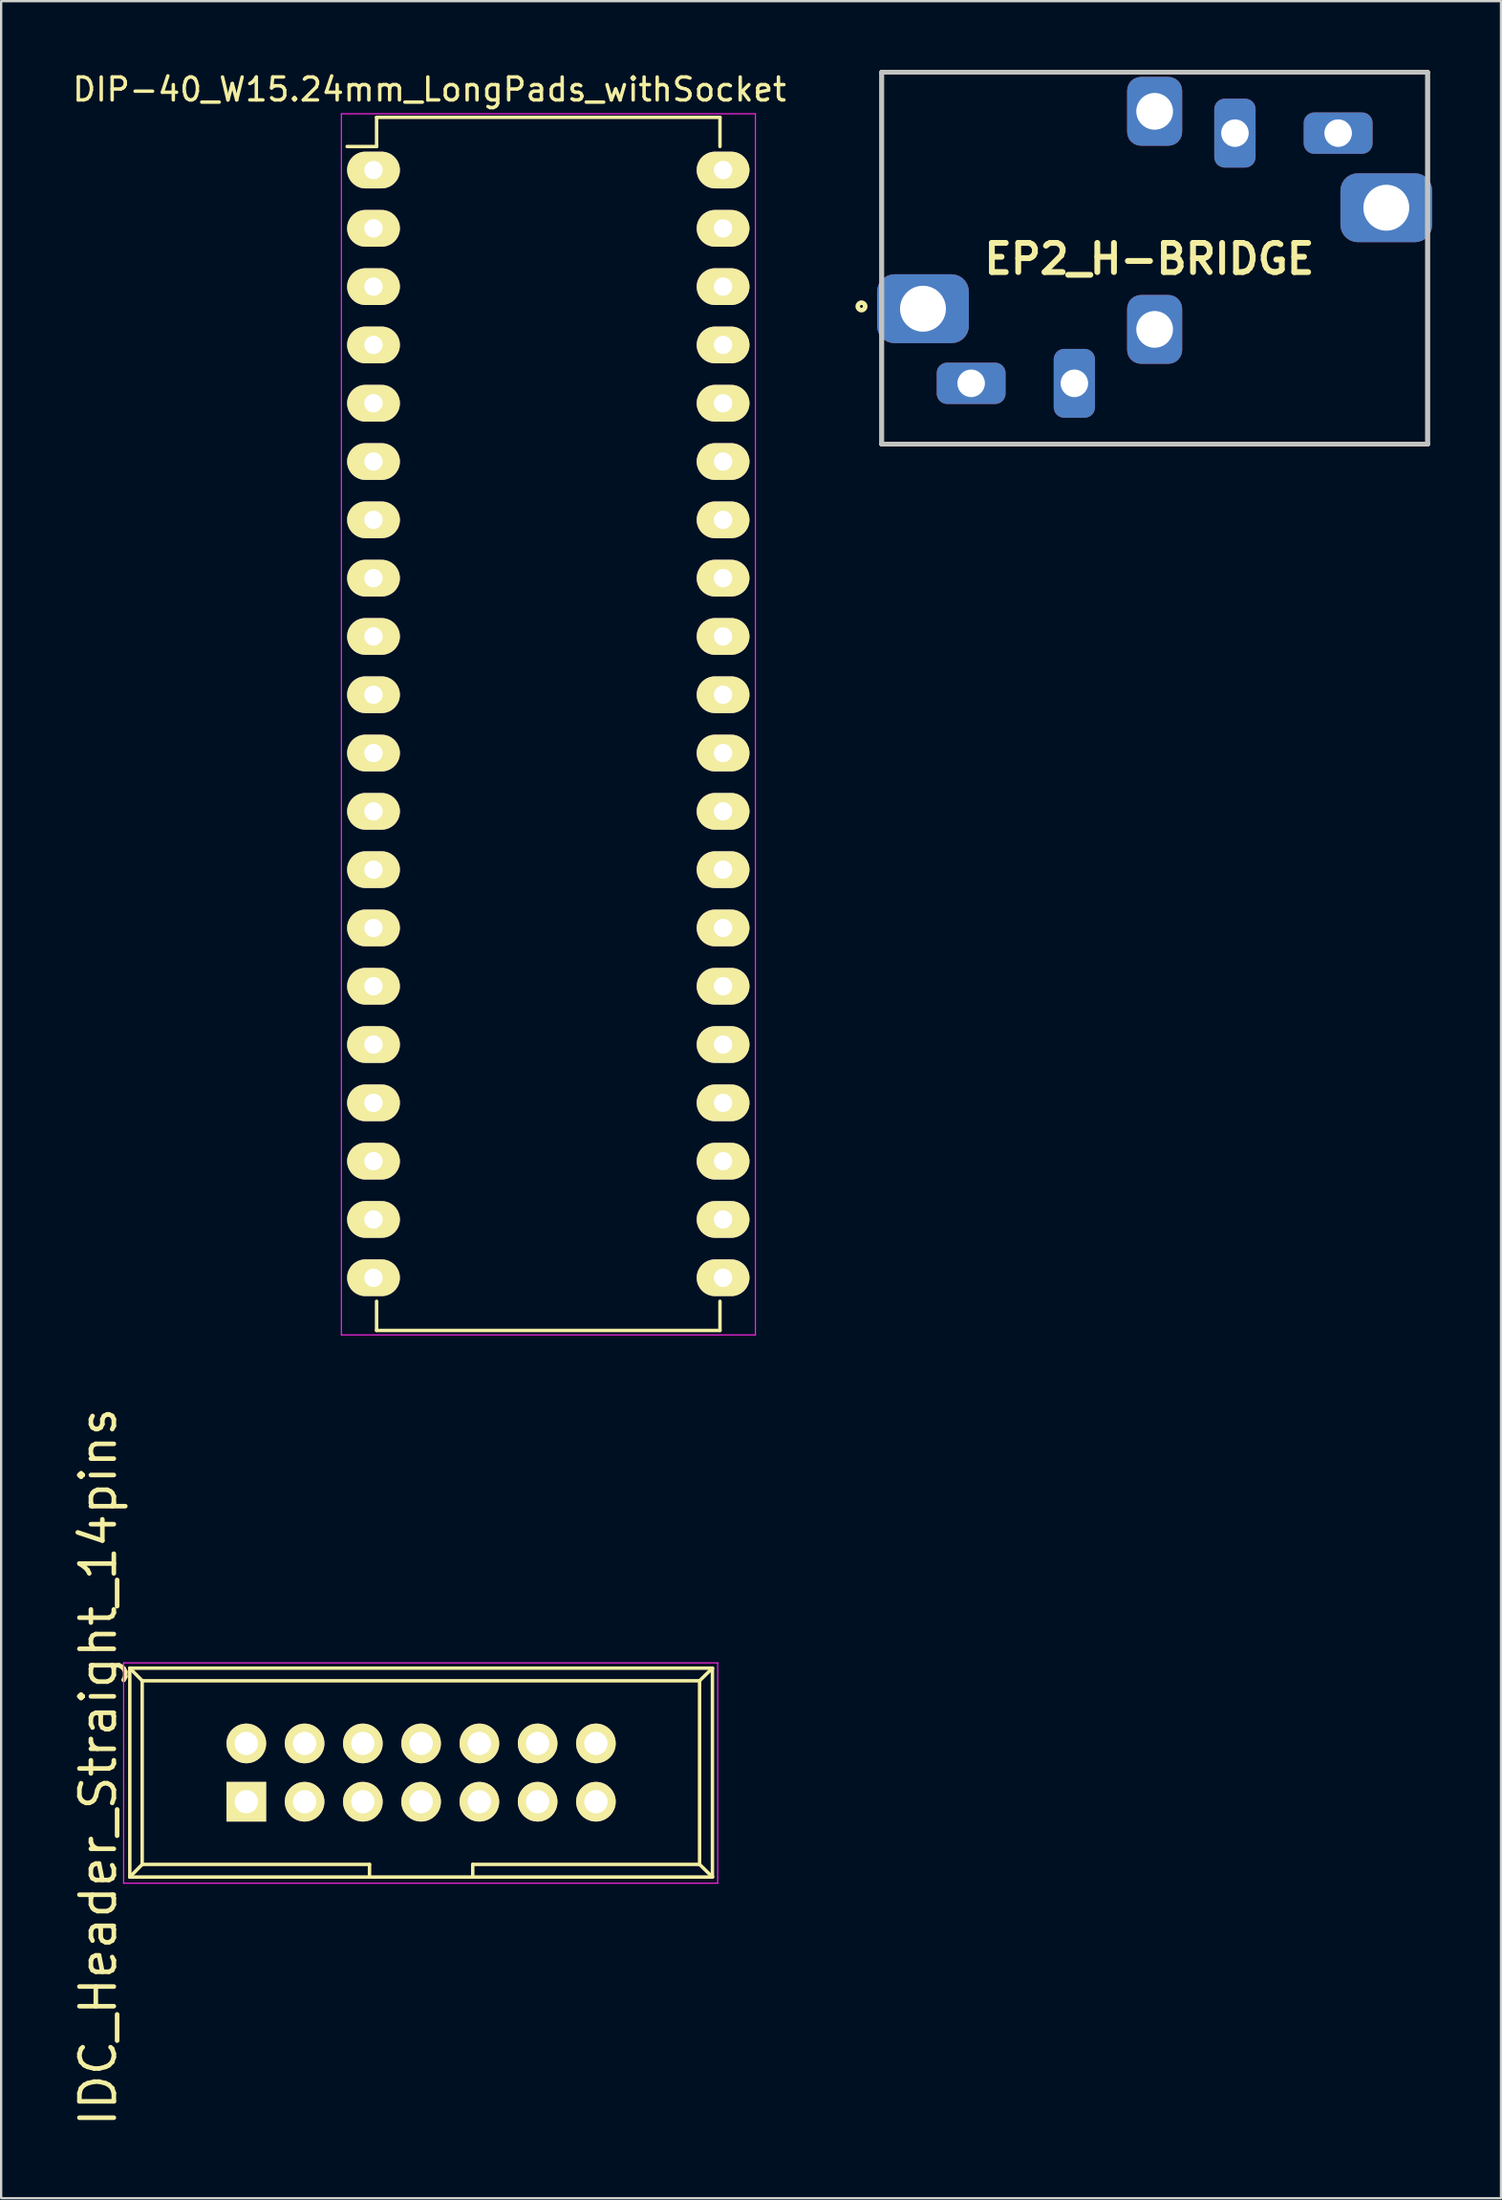
<source format=kicad_pcb>
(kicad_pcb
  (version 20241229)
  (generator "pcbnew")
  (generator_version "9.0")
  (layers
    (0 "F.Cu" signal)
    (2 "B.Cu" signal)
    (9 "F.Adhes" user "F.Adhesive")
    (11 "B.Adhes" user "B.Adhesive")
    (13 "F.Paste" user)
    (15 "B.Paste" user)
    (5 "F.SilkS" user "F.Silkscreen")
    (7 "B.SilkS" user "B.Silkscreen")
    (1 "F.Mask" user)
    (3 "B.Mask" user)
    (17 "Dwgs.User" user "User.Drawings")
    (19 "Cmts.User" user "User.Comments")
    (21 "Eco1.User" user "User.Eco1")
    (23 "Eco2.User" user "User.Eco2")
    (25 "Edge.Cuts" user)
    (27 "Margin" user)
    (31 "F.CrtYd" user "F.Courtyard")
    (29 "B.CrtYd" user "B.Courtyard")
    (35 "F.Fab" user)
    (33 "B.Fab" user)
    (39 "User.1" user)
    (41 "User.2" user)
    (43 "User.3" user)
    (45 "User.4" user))
  (footprint "EP2_H-BRIDGE"
    (layer "F.Cu")
    (at 47.288 8.2)
    (property "Reference" "EP2_H-BRIDGE" (at -0.232 0.028 0) (layer "F.SilkS") (effects (font (size 1.27 1.27) (thickness 0.254))))
    (attr through_hole)
    (fp_line (start -11.9 -8.1) (end 11.9 -8.1) (stroke (width 0.2) (type solid)) (layer "F.SilkS"))
    (fp_line (start -11.9 8.1) (end -11.9 -8.1) (stroke (width 0.2) (type solid)) (layer "F.SilkS"))
    (fp_line (start 11.9 -8.1) (end 11.9 8.1) (stroke (width 0.2) (type solid)) (layer "F.SilkS"))
    (fp_line (start 11.9 8.1) (end -11.9 8.1) (stroke (width 0.2) (type solid)) (layer "F.SilkS"))
    (fp_circle (center -12.781 2.099) (end -12.781 2.161) (stroke (width 0.2) (type solid)) (fill no) (layer "F.SilkS"))
    (fp_line (start -11.9 -8.1) (end 11.9 -8.1) (stroke (width 0.2) (type solid)) (layer "Dwgs.User"))
    (fp_line (start -11.9 8.1) (end -11.9 -8.1) (stroke (width 0.2) (type solid)) (layer "Dwgs.User"))
    (fp_line (start 11.9 -8.1) (end 11.9 8.1) (stroke (width 0.2) (type solid)) (layer "Dwgs.User"))
    (fp_line (start 11.9 8.1) (end -11.9 8.1) (stroke (width 0.2) (type solid)) (layer "Dwgs.User"))
    (pad "1" thru_hole roundrect (at -10.1 2.2) (size 4 3) (drill 2) (layers "*.Cu" "*.Mask") (roundrect_rratio 0.25))
    (pad "2" thru_hole roundrect (at -8 5.45) (size 3 1.8) (drill 1.2) (layers "*.Cu" "*.Mask") (roundrect_rratio 0.25))
    (pad "3" thru_hole roundrect (at -3.5 5.45) (size 1.8 3) (drill 1.2) (layers "*.Cu" "*.Mask") (roundrect_rratio 0.25))
    (pad "4" thru_hole roundrect (at 0 3.1) (size 2.4 3) (drill 1.6) (layers "*.Cu" "*.Mask") (roundrect_rratio 0.25))
    (pad "5" thru_hole roundrect (at 0 -6.4) (size 2.4 3) (drill 1.6) (layers "*.Cu" "*.Mask") (roundrect_rratio 0.25))
    (pad "6" thru_hole roundrect (at 3.5 -5.45) (size 1.8 3) (drill 1.2) (layers "*.Cu" "*.Mask") (roundrect_rratio 0.25))
    (pad "7" thru_hole roundrect (at 8 -5.45) (size 3 1.8) (drill 1.2) (layers "*.Cu" "*.Mask") (roundrect_rratio 0.25))
    (pad "8" thru_hole roundrect (at 10.1 -2.2) (size 4 3) (drill 2) (layers "*.Cu" "*.Mask") (roundrect_rratio 0.25)))
  (footprint "DIP-40_W15.24mm_LongPads_withSocket"
    (layer "F.Cu")
    (at 13.233 4.358)
    (property "Reference" "DIP-40_W15.24mm_LongPads_withSocket" (at 2.44 -3.51 0) (layer "F.SilkS") (effects (font (size 1 1) (thickness 0.15))))
    (attr through_hole)
    (fp_line (start 0.135 -2.295) (end 0.135 -1.025) (stroke (width 0.15) (type solid)) (layer "F.SilkS"))
    (fp_line (start 0.135 -2.295) (end 15.105 -2.295) (stroke (width 0.15) (type solid)) (layer "F.SilkS"))
    (fp_line (start 0.135 -1.025) (end -1.15 -1.025) (stroke (width 0.15) (type solid)) (layer "F.SilkS"))
    (fp_line (start 0.135 50.555) (end 0.135 49.285) (stroke (width 0.15) (type solid)) (layer "F.SilkS"))
    (fp_line (start 0.135 50.555) (end 15.105 50.555) (stroke (width 0.15) (type solid)) (layer "F.SilkS"))
    (fp_line (start 15.105 -2.295) (end 15.105 -1.025) (stroke (width 0.15) (type solid)) (layer "F.SilkS"))
    (fp_line (start 15.105 50.555) (end 15.105 49.285) (stroke (width 0.15) (type solid)) (layer "F.SilkS"))
    (fp_line (start -1.4 -2.45) (end -1.4 50.75) (stroke (width 0.05) (type solid)) (layer "F.CrtYd"))
    (fp_line (start -1.4 -2.45) (end 16.65 -2.45) (stroke (width 0.05) (type solid)) (layer "F.CrtYd"))
    (fp_line (start -1.4 50.75) (end 16.65 50.75) (stroke (width 0.05) (type solid)) (layer "F.CrtYd"))
    (fp_line (start 16.65 -2.45) (end 16.65 50.75) (stroke (width 0.05) (type solid)) (layer "F.CrtYd"))
    (pad "1" thru_hole oval (at 0 0) (size 2.3 1.6) (drill 0.8) (layers "*.Cu" "*.Mask" "F.SilkS"))
    (pad "2" thru_hole oval (at 0 2.54) (size 2.3 1.6) (drill 0.8) (layers "*.Cu" "*.Mask" "F.SilkS"))
    (pad "3" thru_hole oval (at 0 5.08) (size 2.3 1.6) (drill 0.8) (layers "*.Cu" "*.Mask" "F.SilkS"))
    (pad "4" thru_hole oval (at 0 7.62) (size 2.3 1.6) (drill 0.8) (layers "*.Cu" "*.Mask" "F.SilkS"))
    (pad "5" thru_hole oval (at 0 10.16) (size 2.3 1.6) (drill 0.8) (layers "*.Cu" "*.Mask" "F.SilkS"))
    (pad "6" thru_hole oval (at 0 12.7) (size 2.3 1.6) (drill 0.8) (layers "*.Cu" "*.Mask" "F.SilkS"))
    (pad "7" thru_hole oval (at 0 15.24) (size 2.3 1.6) (drill 0.8) (layers "*.Cu" "*.Mask" "F.SilkS"))
    (pad "8" thru_hole oval (at 0 17.78) (size 2.3 1.6) (drill 0.8) (layers "*.Cu" "*.Mask" "F.SilkS"))
    (pad "9" thru_hole oval (at 0 20.32) (size 2.3 1.6) (drill 0.8) (layers "*.Cu" "*.Mask" "F.SilkS"))
    (pad "10" thru_hole oval (at 0 22.86) (size 2.3 1.6) (drill 0.8) (layers "*.Cu" "*.Mask" "F.SilkS"))
    (pad "11" thru_hole oval (at 0 25.4) (size 2.3 1.6) (drill 0.8) (layers "*.Cu" "*.Mask" "F.SilkS"))
    (pad "12" thru_hole oval (at 0 27.94) (size 2.3 1.6) (drill 0.8) (layers "*.Cu" "*.Mask" "F.SilkS"))
    (pad "13" thru_hole oval (at 0 30.48) (size 2.3 1.6) (drill 0.8) (layers "*.Cu" "*.Mask" "F.SilkS"))
    (pad "14" thru_hole oval (at 0 33.02) (size 2.3 1.6) (drill 0.8) (layers "*.Cu" "*.Mask" "F.SilkS"))
    (pad "15" thru_hole oval (at 0 35.56) (size 2.3 1.6) (drill 0.8) (layers "*.Cu" "*.Mask" "F.SilkS"))
    (pad "16" thru_hole oval (at 0 38.1) (size 2.3 1.6) (drill 0.8) (layers "*.Cu" "*.Mask" "F.SilkS"))
    (pad "17" thru_hole oval (at 0 40.64) (size 2.3 1.6) (drill 0.8) (layers "*.Cu" "*.Mask" "F.SilkS"))
    (pad "18" thru_hole oval (at 0 43.18) (size 2.3 1.6) (drill 0.8) (layers "*.Cu" "*.Mask" "F.SilkS"))
    (pad "19" thru_hole oval (at 0 45.72) (size 2.3 1.6) (drill 0.8) (layers "*.Cu" "*.Mask" "F.SilkS"))
    (pad "20" thru_hole oval (at 0 48.26) (size 2.3 1.6) (drill 0.8) (layers "*.Cu" "*.Mask" "F.SilkS"))
    (pad "21" thru_hole oval (at 15.24 48.26) (size 2.3 1.6) (drill 0.8) (layers "*.Cu" "*.Mask" "F.SilkS"))
    (pad "22" thru_hole oval (at 15.24 45.72) (size 2.3 1.6) (drill 0.8) (layers "*.Cu" "*.Mask" "F.SilkS"))
    (pad "23" thru_hole oval (at 15.24 43.18) (size 2.3 1.6) (drill 0.8) (layers "*.Cu" "*.Mask" "F.SilkS"))
    (pad "24" thru_hole oval (at 15.24 40.64) (size 2.3 1.6) (drill 0.8) (layers "*.Cu" "*.Mask" "F.SilkS"))
    (pad "25" thru_hole oval (at 15.24 38.1) (size 2.3 1.6) (drill 0.8) (layers "*.Cu" "*.Mask" "F.SilkS"))
    (pad "26" thru_hole oval (at 15.24 35.56) (size 2.3 1.6) (drill 0.8) (layers "*.Cu" "*.Mask" "F.SilkS"))
    (pad "27" thru_hole oval (at 15.24 33.02) (size 2.3 1.6) (drill 0.8) (layers "*.Cu" "*.Mask" "F.SilkS"))
    (pad "28" thru_hole oval (at 15.24 30.48) (size 2.3 1.6) (drill 0.8) (layers "*.Cu" "*.Mask" "F.SilkS"))
    (pad "29" thru_hole oval (at 15.24 27.94) (size 2.3 1.6) (drill 0.8) (layers "*.Cu" "*.Mask" "F.SilkS"))
    (pad "30" thru_hole oval (at 15.24 25.4) (size 2.3 1.6) (drill 0.8) (layers "*.Cu" "*.Mask" "F.SilkS"))
    (pad "31" thru_hole oval (at 15.24 22.86) (size 2.3 1.6) (drill 0.8) (layers "*.Cu" "*.Mask" "F.SilkS"))
    (pad "32" thru_hole oval (at 15.24 20.32) (size 2.3 1.6) (drill 0.8) (layers "*.Cu" "*.Mask" "F.SilkS"))
    (pad "33" thru_hole oval (at 15.24 17.78) (size 2.3 1.6) (drill 0.8) (layers "*.Cu" "*.Mask" "F.SilkS"))
    (pad "34" thru_hole oval (at 15.24 15.24) (size 2.3 1.6) (drill 0.8) (layers "*.Cu" "*.Mask" "F.SilkS"))
    (pad "35" thru_hole oval (at 15.24 12.7) (size 2.3 1.6) (drill 0.8) (layers "*.Cu" "*.Mask" "F.SilkS"))
    (pad "36" thru_hole oval (at 15.24 10.16) (size 2.3 1.6) (drill 0.8) (layers "*.Cu" "*.Mask" "F.SilkS"))
    (pad "37" thru_hole oval (at 15.24 7.62) (size 2.3 1.6) (drill 0.8) (layers "*.Cu" "*.Mask" "F.SilkS"))
    (pad "38" thru_hole oval (at 15.24 5.08) (size 2.3 1.6) (drill 0.8) (layers "*.Cu" "*.Mask" "F.SilkS"))
    (pad "39" thru_hole oval (at 15.24 2.54) (size 2.3 1.6) (drill 0.8) (layers "*.Cu" "*.Mask" "F.SilkS"))
    (pad "40" thru_hole oval (at 15.24 0) (size 2.3 1.6) (drill 0.8) (layers "*.Cu" "*.Mask" "F.SilkS")))
  (footprint "IDC_Header_Straight_14pins"
    (layer "F.Cu")
    (at 7.689 75.446)
    (property "Reference" "IDC_Header_Straight_14pins" (at -6.46 -1.52 90) (layer "F.SilkS") (effects (font (size 1.5 1.5) (thickness 0.2))))
    (attr through_hole)
    (fp_line (start -5.08 -5.82) (end -5.08 3.28) (stroke (width 0.15) (type solid)) (layer "F.SilkS"))
    (fp_line (start -5.08 -5.82) (end -4.54 -5.27) (stroke (width 0.15) (type solid)) (layer "F.SilkS"))
    (fp_line (start -5.08 -5.82) (end 20.32 -5.82) (stroke (width 0.15) (type solid)) (layer "F.SilkS"))
    (fp_line (start -5.08 3.28) (end -4.54 2.73) (stroke (width 0.15) (type solid)) (layer "F.SilkS"))
    (fp_line (start -5.08 3.28) (end 20.32 3.28) (stroke (width 0.15) (type solid)) (layer "F.SilkS"))
    (fp_line (start -4.54 -5.27) (end -4.54 2.73) (stroke (width 0.15) (type solid)) (layer "F.SilkS"))
    (fp_line (start -4.54 -5.27) (end 19.76 -5.27) (stroke (width 0.15) (type solid)) (layer "F.SilkS"))
    (fp_line (start -4.54 2.73) (end 5.37 2.73) (stroke (width 0.15) (type solid)) (layer "F.SilkS"))
    (fp_line (start 5.37 2.73) (end 5.37 3.28) (stroke (width 0.15) (type solid)) (layer "F.SilkS"))
    (fp_line (start 9.87 2.73) (end 9.87 3.28) (stroke (width 0.15) (type solid)) (layer "F.SilkS"))
    (fp_line (start 9.87 2.73) (end 19.76 2.73) (stroke (width 0.15) (type solid)) (layer "F.SilkS"))
    (fp_line (start 19.76 -5.27) (end 19.76 2.73) (stroke (width 0.15) (type solid)) (layer "F.SilkS"))
    (fp_line (start 20.32 -5.82) (end 19.76 -5.27) (stroke (width 0.15) (type solid)) (layer "F.SilkS"))
    (fp_line (start 20.32 -5.82) (end 20.32 3.28) (stroke (width 0.15) (type solid)) (layer "F.SilkS"))
    (fp_line (start 20.32 3.28) (end 19.76 2.73) (stroke (width 0.15) (type solid)) (layer "F.SilkS"))
    (fp_line (start -5.35 -6.05) (end 20.55 -6.05) (stroke (width 0.05) (type solid)) (layer "F.CrtYd"))
    (fp_line (start -5.35 3.55) (end -5.35 -6.05) (stroke (width 0.05) (type solid)) (layer "F.CrtYd"))
    (fp_line (start 20.55 -6.05) (end 20.55 3.55) (stroke (width 0.05) (type solid)) (layer "F.CrtYd"))
    (fp_line (start 20.55 3.55) (end -5.35 3.55) (stroke (width 0.05) (type solid)) (layer "F.CrtYd"))
    (pad "1" thru_hole rect (at 0 0) (size 1.727 1.727) (drill 1.016) (layers "*.Cu" "*.Mask" "F.SilkS"))
    (pad "2" thru_hole oval (at 0 -2.54) (size 1.727 1.727) (drill 1.016) (layers "*.Cu" "*.Mask" "F.SilkS"))
    (pad "3" thru_hole oval (at 2.54 0) (size 1.727 1.727) (drill 1.016) (layers "*.Cu" "*.Mask" "F.SilkS"))
    (pad "4" thru_hole oval (at 2.54 -2.54) (size 1.727 1.727) (drill 1.016) (layers "*.Cu" "*.Mask" "F.SilkS"))
    (pad "5" thru_hole oval (at 5.08 0) (size 1.727 1.727) (drill 1.016) (layers "*.Cu" "*.Mask" "F.SilkS"))
    (pad "6" thru_hole oval (at 5.08 -2.54) (size 1.727 1.727) (drill 1.016) (layers "*.Cu" "*.Mask" "F.SilkS"))
    (pad "7" thru_hole oval (at 7.62 0) (size 1.727 1.727) (drill 1.016) (layers "*.Cu" "*.Mask" "F.SilkS"))
    (pad "8" thru_hole oval (at 7.62 -2.54) (size 1.727 1.727) (drill 1.016) (layers "*.Cu" "*.Mask" "F.SilkS"))
    (pad "9" thru_hole oval (at 10.16 0) (size 1.727 1.727) (drill 1.016) (layers "*.Cu" "*.Mask" "F.SilkS"))
    (pad "10" thru_hole oval (at 10.16 -2.54) (size 1.727 1.727) (drill 1.016) (layers "*.Cu" "*.Mask" "F.SilkS"))
    (pad "11" thru_hole oval (at 12.7 0) (size 1.727 1.727) (drill 1.016) (layers "*.Cu" "*.Mask" "F.SilkS"))
    (pad "12" thru_hole oval (at 12.7 -2.54) (size 1.727 1.727) (drill 1.016) (layers "*.Cu" "*.Mask" "F.SilkS"))
    (pad "13" thru_hole oval (at 15.24 0) (size 1.727 1.727) (drill 1.016) (layers "*.Cu" "*.Mask" "F.SilkS"))
    (pad "14" thru_hole oval (at 15.24 -2.54) (size 1.727 1.727) (drill 1.016) (layers "*.Cu" "*.Mask" "F.SilkS")))
  (gr_rect
    (start -3 -3)
    (end 62.388 92.719)
    (stroke (width 0.1) (type default))
    (fill no)
    (layer "Edge.Cuts")))
</source>
